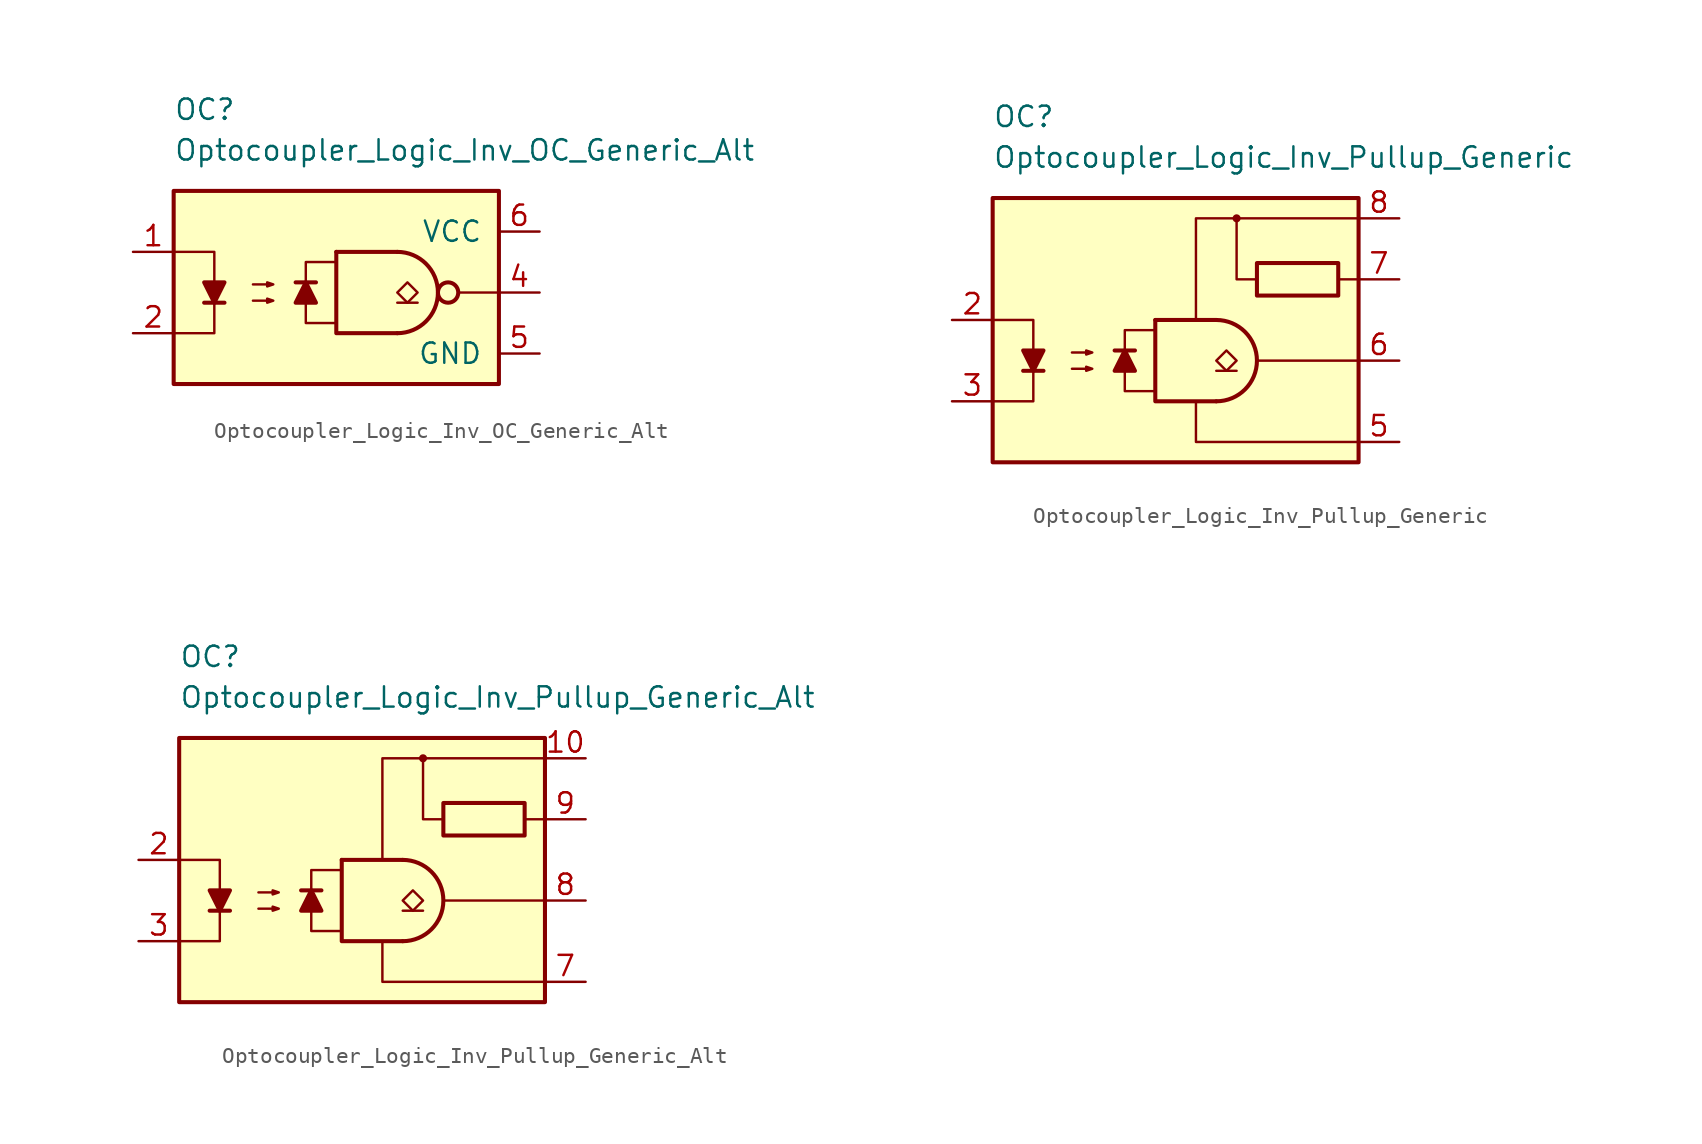
<source format=kicad_sym>
(kicad_symbol_lib
  (version 20211014)
  (generator kicad_symbol_editor)
  (symbol "Optocoupler_Logic_AKL:Optocoupler_Logic_Inv_OC_Generic_Alt"
    (pin_names
      (offset 1.016))
    (property "Reference" "OC"
      (at -11.43 11.43 0)
      (effects (font (size 1.27 1.27)) (justify left)))
    (property "Value" "Optocoupler_Logic_Inv_OC_Generic_Alt"
      (at -11.43 8.89 0)
      (effects (font (size 1.27 1.27)) (justify left)))
    (symbol "Optocoupler_Logic_Inv_OC_Generic_Alt_0_0"
      (rectangle (start -11.43 6.35) (end 8.89 -5.715) (stroke (width 0.254) (type default) (color 0 0 0 0)) (fill (type background)))
      (polyline (pts (xy 8.89 0) (xy 6.35 0)) (stroke (width 0) (type default) (color 0 0 0 0)) (fill (type none))))
    (symbol "Optocoupler_Logic_Inv_OC_Generic_Alt_0_1"
      (polyline (pts (xy -9.525 -0.635) (xy -8.255 -0.635)) (stroke (width 0.254) (type default) (color 0 0 0 0)) (fill (type none)))
      (polyline (pts (xy -1.27 2.54) (xy 2.54 2.54)) (stroke (width 0.254) (type default) (color 0 0 0 0)) (fill (type none)))
      (polyline (pts (xy 3.81 -0.635) (xy 2.54 -0.635)) (stroke (width 0.152) (type default) (color 0 0 0 0)) (fill (type none)))
      (polyline (pts (xy -11.43 2.54) (xy -8.89 2.54) (xy -8.89 -0.635)) (stroke (width 0) (type default) (color 0 0 0 0)) (fill (type none)))
      (polyline (pts (xy -8.89 -0.635) (xy -8.89 -2.54) (xy -11.43 -2.54)) (stroke (width 0) (type default) (color 0 0 0 0)) (fill (type none)))
      (polyline (pts (xy -1.27 2.54) (xy -1.27 -2.54) (xy 2.54 -2.54)) (stroke (width 0.254) (type default) (color 0 0 0 0)) (fill (type none)))
      (polyline (pts (xy -8.89 -0.635) (xy -9.525 0.635) (xy -8.255 0.635) (xy -8.89 -0.635)) (stroke (width 0.254) (type default) (color 0 0 0 0)) (fill (type outline)))
      (polyline (pts (xy -6.477 -0.508) (xy -5.207 -0.508) (xy -5.588 -0.635) (xy -5.588 -0.381) (xy -5.207 -0.508)) (stroke (width 0) (type default) (color 0 0 0 0)) (fill (type none)))
      (polyline (pts (xy -6.477 0.508) (xy -5.207 0.508) (xy -5.588 0.381) (xy -5.588 0.635) (xy -5.207 0.508)) (stroke (width 0) (type default) (color 0 0 0 0)) (fill (type none)))
      (polyline (pts (xy 3.175 -0.635) (xy 2.54 0) (xy 3.175 0.635) (xy 3.81 0) (xy 3.175 -0.635)) (stroke (width 0.152) (type default) (color 0 0 0 0)) (fill (type none)))
      (arc (start 2.54 -2.54) (mid 5.08 0) (end 2.54 2.54) (stroke (width 0.254) (type default) (color 0 0 0 0)) (fill (type none)))
      (circle (center 5.715 0) (radius 0.635) (stroke (width 0.254)) (stroke (width 0.254) (type default) (color 0 0 0 0)) (fill (type none))))
    (symbol "Optocoupler_Logic_Inv_OC_Generic_Alt_1_1"
      (polyline (pts (xy -2.54 0.635) (xy -3.81 0.635)) (stroke (width 0.254) (type default) (color 0 0 0 0)) (fill (type none)))
      (polyline (pts (xy -3.175 0.635) (xy -2.54 -0.635) (xy -3.81 -0.635) (xy -3.175 0.635)) (stroke (width 0.254) (type default) (color 0 0 0 0)) (fill (type outline)))
      (polyline (pts (xy -1.27 -1.905) (xy -3.175 -1.905) (xy -3.175 1.905) (xy -1.27 1.905)) (stroke (width 0.152) (type default) (color 0 0 0 0)) (fill (type none)))
      (pin passive line (at -13.97 2.54 0) (length 2.54) (name "~" (effects (font (size 1.27 1.27)))) (number "1" (effects (font (size 1.27 1.27)))))
      (pin passive line (at -13.97 -2.54 0) (length 2.54) (name "~" (effects (font (size 1.27 1.27)))) (number "2" (effects (font (size 1.27 1.27)))))
      (pin open_collector line (at 11.43 0 180) (length 2.54) (name "~" (effects (font (size 1.27 1.27)))) (number "4" (effects (font (size 1.27 1.27)))))
      (pin power_in line (at 11.43 -3.81 180) (length 2.54) (name "GND" (effects (font (size 1.27 1.27)))) (number "5" (effects (font (size 1.27 1.27)))))
      (pin power_in line (at 11.43 3.81 180) (length 2.54) (name "VCC" (effects (font (size 1.27 1.27)))) (number "6" (effects (font (size 1.27 1.27)))))))
  (symbol "Optocoupler_Logic_AKL:Optocoupler_Logic_Inv_Pullup_Generic"
    (pin_names
      (offset 1.016))
    (property "Reference" "OC"
      (at -11.43 12.7 0)
      (effects (font (size 1.27 1.27)) (justify left)))
    (property "Value" "Optocoupler_Logic_Inv_Pullup_Generic"
      (at -11.43 10.16 0)
      (effects (font (size 1.27 1.27)) (justify left)))
    (symbol "Optocoupler_Logic_Inv_Pullup_Generic_0_0"
      (rectangle (start -11.43 7.62) (end 11.43 -8.89) (stroke (width 0.254) (type default) (color 0 0 0 0)) (fill (type background)))
      (polyline (pts (xy 5.08 -2.54) (xy 11.43 -2.54)) (stroke (width 0) (type default) (color 0 0 0 0)) (fill (type none)))
      (polyline (pts (xy 11.43 2.54) (xy 10.16 2.54)) (stroke (width 0) (type default) (color 0 0 0 0)) (fill (type none)))
      (polyline (pts (xy 5.08 2.54) (xy 3.81 2.54) (xy 3.81 6.35)) (stroke (width 0) (type default) (color 0 0 0 0)) (fill (type none)))
      (polyline (pts (xy 11.43 -7.62) (xy 1.27 -7.62) (xy 1.27 -5.08)) (stroke (width 0) (type default) (color 0 0 0 0)) (fill (type none)))
      (polyline (pts (xy 11.43 6.35) (xy 1.27 6.35) (xy 1.27 0)) (stroke (width 0) (type default) (color 0 0 0 0)) (fill (type none)))
      (circle (center 3.81 6.35) (radius 0.178) (stroke (width 0)) (stroke (width 0) (type default) (color 0 0 0 0)) (fill (type outline))))
    (symbol "Optocoupler_Logic_Inv_Pullup_Generic_0_1"
      (polyline (pts (xy -9.525 -3.175) (xy -8.255 -3.175)) (stroke (width 0.254) (type default) (color 0 0 0 0)) (fill (type none)))
      (polyline (pts (xy -1.27 0) (xy 2.54 0)) (stroke (width 0.254) (type default) (color 0 0 0 0)) (fill (type none)))
      (polyline (pts (xy 3.81 -3.175) (xy 2.54 -3.175)) (stroke (width 0.152) (type default) (color 0 0 0 0)) (fill (type none)))
      (polyline (pts (xy -11.43 0) (xy -8.89 0) (xy -8.89 -3.175)) (stroke (width 0) (type default) (color 0 0 0 0)) (fill (type none)))
      (polyline (pts (xy -8.89 -3.175) (xy -8.89 -5.08) (xy -11.43 -5.08)) (stroke (width 0) (type default) (color 0 0 0 0)) (fill (type none)))
      (polyline (pts (xy -1.27 0) (xy -1.27 -5.08) (xy 2.54 -5.08)) (stroke (width 0.254) (type default) (color 0 0 0 0)) (fill (type none)))
      (polyline (pts (xy -8.89 -3.175) (xy -9.525 -1.905) (xy -8.255 -1.905) (xy -8.89 -3.175)) (stroke (width 0.254) (type default) (color 0 0 0 0)) (fill (type outline)))
      (polyline (pts (xy -6.477 -3.048) (xy -5.207 -3.048) (xy -5.588 -3.175) (xy -5.588 -2.921) (xy -5.207 -3.048)) (stroke (width 0) (type default) (color 0 0 0 0)) (fill (type none)))
      (polyline (pts (xy -6.477 -2.032) (xy -5.207 -2.032) (xy -5.588 -2.159) (xy -5.588 -1.905) (xy -5.207 -2.032)) (stroke (width 0) (type default) (color 0 0 0 0)) (fill (type none)))
      (polyline (pts (xy 3.175 -3.175) (xy 2.54 -2.54) (xy 3.175 -1.905) (xy 3.81 -2.54) (xy 3.175 -3.175)) (stroke (width 0.152) (type default) (color 0 0 0 0)) (fill (type none)))
      (arc (start 2.54 -5.08) (mid 5.08 -2.54) (end 2.54 0) (stroke (width 0.254) (type default) (color 0 0 0 0)) (fill (type none))))
    (symbol "Optocoupler_Logic_Inv_Pullup_Generic_1_1"
      (polyline (pts (xy -2.54 -1.905) (xy -3.81 -1.905)) (stroke (width 0.254) (type default) (color 0 0 0 0)) (fill (type none)))
      (polyline (pts (xy -3.175 -1.905) (xy -2.54 -3.175) (xy -3.81 -3.175) (xy -3.175 -1.905)) (stroke (width 0.254) (type default) (color 0 0 0 0)) (fill (type outline)))
      (polyline (pts (xy -1.27 -4.445) (xy -3.175 -4.445) (xy -3.175 -0.635) (xy -1.27 -0.635)) (stroke (width 0.152) (type default) (color 0 0 0 0)) (fill (type none)))
      (rectangle (start 10.16 1.524) (end 5.08 3.556) (stroke (width 0.254) (type default) (color 0 0 0 0)) (fill (type none)))
      (pin passive line (at -13.97 0 0) (length 2.54) (name "~" (effects (font (size 1.27 1.27)))) (number "2" (effects (font (size 1.27 1.27)))))
      (pin passive line (at -13.97 -5.08 0) (length 2.54) (name "~" (effects (font (size 1.27 1.27)))) (number "3" (effects (font (size 1.27 1.27)))))
      (pin power_in line (at 13.97 -7.62 180) (length 2.54) (name "~" (effects (font (size 1.27 1.27)))) (number "5" (effects (font (size 1.27 1.27)))))
      (pin open_collector line (at 13.97 -2.54 180) (length 2.54) (name "~" (effects (font (size 1.27 1.27)))) (number "6" (effects (font (size 1.27 1.27)))))
      (pin passive line (at 13.97 2.54 180) (length 2.54) (name "~" (effects (font (size 1.27 1.27)))) (number "7" (effects (font (size 1.27 1.27)))))
      (pin power_in line (at 13.97 6.35 180) (length 2.54) (name "~" (effects (font (size 1.27 1.27)))) (number "8" (effects (font (size 1.27 1.27)))))))
  (symbol "Optocoupler_Logic_AKL:Optocoupler_Logic_Inv_Pullup_Generic_Alt"
    (pin_names
      (offset 1.016))
    (property "Reference" "OC"
      (at -11.43 12.7 0)
      (effects (font (size 1.27 1.27)) (justify left)))
    (property "Value" "Optocoupler_Logic_Inv_Pullup_Generic_Alt"
      (at -11.43 10.16 0)
      (effects (font (size 1.27 1.27)) (justify left)))
    (symbol "Optocoupler_Logic_Inv_Pullup_Generic_Alt_0_0"
      (rectangle (start -11.43 7.62) (end 11.43 -8.89) (stroke (width 0.254) (type default) (color 0 0 0 0)) (fill (type background)))
      (polyline (pts (xy 5.08 -2.54) (xy 11.43 -2.54)) (stroke (width 0) (type default) (color 0 0 0 0)) (fill (type none)))
      (polyline (pts (xy 5.08 2.54) (xy 3.81 2.54) (xy 3.81 6.35)) (stroke (width 0) (type default) (color 0 0 0 0)) (fill (type none)))
      (polyline (pts (xy 11.43 -7.62) (xy 1.27 -7.62) (xy 1.27 -5.08)) (stroke (width 0) (type default) (color 0 0 0 0)) (fill (type none)))
      (polyline (pts (xy 11.43 6.35) (xy 1.27 6.35) (xy 1.27 0)) (stroke (width 0) (type default) (color 0 0 0 0)) (fill (type none)))
      (circle (center 3.81 6.35) (radius 0.178) (stroke (width 0)) (stroke (width 0) (type default) (color 0 0 0 0)) (fill (type outline))))
    (symbol "Optocoupler_Logic_Inv_Pullup_Generic_Alt_0_1"
      (polyline (pts (xy -9.525 -3.175) (xy -8.255 -3.175)) (stroke (width 0.254) (type default) (color 0 0 0 0)) (fill (type none)))
      (polyline (pts (xy -1.27 0) (xy 2.54 0)) (stroke (width 0.254) (type default) (color 0 0 0 0)) (fill (type none)))
      (polyline (pts (xy 3.81 -3.175) (xy 2.54 -3.175)) (stroke (width 0.152) (type default) (color 0 0 0 0)) (fill (type none)))
      (polyline (pts (xy 11.43 2.54) (xy 10.16 2.54)) (stroke (width 0.152) (type default) (color 0 0 0 0)) (fill (type none)))
      (polyline (pts (xy -11.43 0) (xy -8.89 0) (xy -8.89 -3.175)) (stroke (width 0) (type default) (color 0 0 0 0)) (fill (type none)))
      (polyline (pts (xy -8.89 -3.175) (xy -8.89 -5.08) (xy -11.43 -5.08)) (stroke (width 0) (type default) (color 0 0 0 0)) (fill (type none)))
      (polyline (pts (xy -1.27 0) (xy -1.27 -5.08) (xy 2.54 -5.08)) (stroke (width 0.254) (type default) (color 0 0 0 0)) (fill (type none)))
      (polyline (pts (xy -8.89 -3.175) (xy -9.525 -1.905) (xy -8.255 -1.905) (xy -8.89 -3.175)) (stroke (width 0.254) (type default) (color 0 0 0 0)) (fill (type outline)))
      (polyline (pts (xy -6.477 -3.048) (xy -5.207 -3.048) (xy -5.588 -3.175) (xy -5.588 -2.921) (xy -5.207 -3.048)) (stroke (width 0) (type default) (color 0 0 0 0)) (fill (type none)))
      (polyline (pts (xy -6.477 -2.032) (xy -5.207 -2.032) (xy -5.588 -2.159) (xy -5.588 -1.905) (xy -5.207 -2.032)) (stroke (width 0) (type default) (color 0 0 0 0)) (fill (type none)))
      (polyline (pts (xy 3.175 -3.175) (xy 2.54 -2.54) (xy 3.175 -1.905) (xy 3.81 -2.54) (xy 3.175 -3.175)) (stroke (width 0.152) (type default) (color 0 0 0 0)) (fill (type none)))
      (arc (start 2.54 -5.08) (mid 5.08 -2.54) (end 2.54 0) (stroke (width 0.254) (type default) (color 0 0 0 0)) (fill (type none))))
    (symbol "Optocoupler_Logic_Inv_Pullup_Generic_Alt_1_1"
      (polyline (pts (xy -2.54 -1.905) (xy -3.81 -1.905)) (stroke (width 0.254) (type default) (color 0 0 0 0)) (fill (type none)))
      (polyline (pts (xy -3.175 -1.905) (xy -2.54 -3.175) (xy -3.81 -3.175) (xy -3.175 -1.905)) (stroke (width 0.254) (type default) (color 0 0 0 0)) (fill (type outline)))
      (polyline (pts (xy -1.27 -4.445) (xy -3.175 -4.445) (xy -3.175 -0.635) (xy -1.27 -0.635)) (stroke (width 0.152) (type default) (color 0 0 0 0)) (fill (type none)))
      (rectangle (start 10.16 1.524) (end 5.08 3.556) (stroke (width 0.254) (type default) (color 0 0 0 0)) (fill (type none)))
      (pin power_in line (at 13.97 6.35 180) (length 2.54) (name "~" (effects (font (size 1.27 1.27)))) (number "10" (effects (font (size 1.27 1.27)))))
      (pin passive line (at -13.97 0 0) (length 2.54) (name "~" (effects (font (size 1.27 1.27)))) (number "2" (effects (font (size 1.27 1.27)))))
      (pin passive line (at -13.97 -5.08 0) (length 2.54) (name "~" (effects (font (size 1.27 1.27)))) (number "3" (effects (font (size 1.27 1.27)))))
      (pin power_in line (at 13.97 -7.62 180) (length 2.54) (name "~" (effects (font (size 1.27 1.27)))) (number "7" (effects (font (size 1.27 1.27)))))
      (pin open_collector line (at 13.97 -2.54 180) (length 2.54) (name "~" (effects (font (size 1.27 1.27)))) (number "8" (effects (font (size 1.27 1.27)))))
      (pin passive line (at 13.97 2.54 180) (length 2.54) (name "~" (effects (font (size 1.27 1.27)))) (number "9" (effects (font (size 1.27 1.27))))))))
</source>
